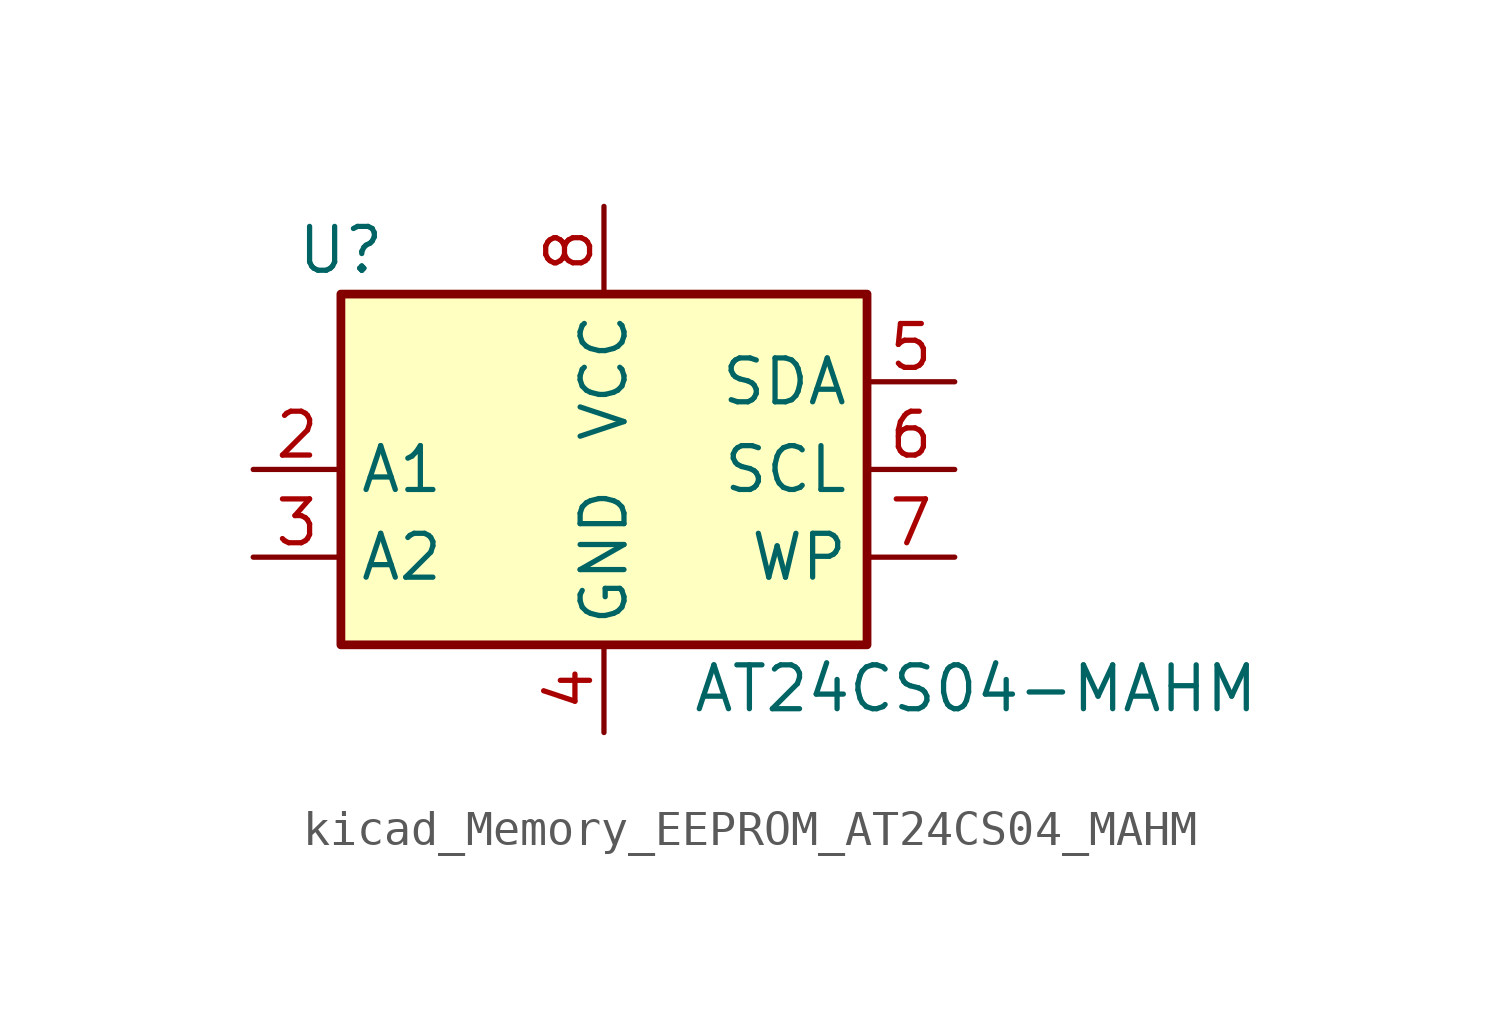
<source format=kicad_sym>
(kicad_symbol_lib
  (version 20220914)
  (generator kicad_symbol_editor)
  (symbol "kicad_Memory_EEPROM_AT24CS04_MAHM"
    (property "Reference" "U"
      (at -7.62 6.35 0)
      (effects (font (size 1.27 1.27))))
    (property "Value" "AT24CS04-MAHM"
      (at 2.54 -6.35 0)
      (effects (font (size 1.27 1.27)) (justify left)))
    (symbol "kicad_Memory_EEPROM_AT24CS04_MAHM_1_1"
      (rectangle (start -7.62 5.08) (end 7.62 -5.08) (stroke (width 0.254) (type default)) (fill (type background)))
      (pin no_connect line (at -7.62 2.54 0) (length 2.54) hide (name "NC" (effects (font (size 1.27 1.27)))) (number "1" (effects (font (size 1.27 1.27)))))
      (pin input line (at -10.16 0 0) (length 2.54) (name "A1" (effects (font (size 1.27 1.27)))) (number "2" (effects (font (size 1.27 1.27)))))
      (pin input line (at -10.16 -2.54 0) (length 2.54) (name "A2" (effects (font (size 1.27 1.27)))) (number "3" (effects (font (size 1.27 1.27)))))
      (pin power_in line (at 0 -7.62 90) (length 2.54) (name "GND" (effects (font (size 1.27 1.27)))) (number "4" (effects (font (size 1.27 1.27)))))
      (pin bidirectional line (at 10.16 2.54 180) (length 2.54) (name "SDA" (effects (font (size 1.27 1.27)))) (number "5" (effects (font (size 1.27 1.27)))))
      (pin input line (at 10.16 0 180) (length 2.54) (name "SCL" (effects (font (size 1.27 1.27)))) (number "6" (effects (font (size 1.27 1.27)))))
      (pin input line (at 10.16 -2.54 180) (length 2.54) (name "WP" (effects (font (size 1.27 1.27)))) (number "7" (effects (font (size 1.27 1.27)))))
      (pin power_in line (at 0 7.62 270) (length 2.54) (name "VCC" (effects (font (size 1.27 1.27)))) (number "8" (effects (font (size 1.27 1.27)))))
      (pin no_connect line (at -2.54 -5.08 90) (length 2.54) hide (name "NC" (effects (font (size 1.27 1.27)))) (number "9" (effects (font (size 1.27 1.27))))))))
</source>
